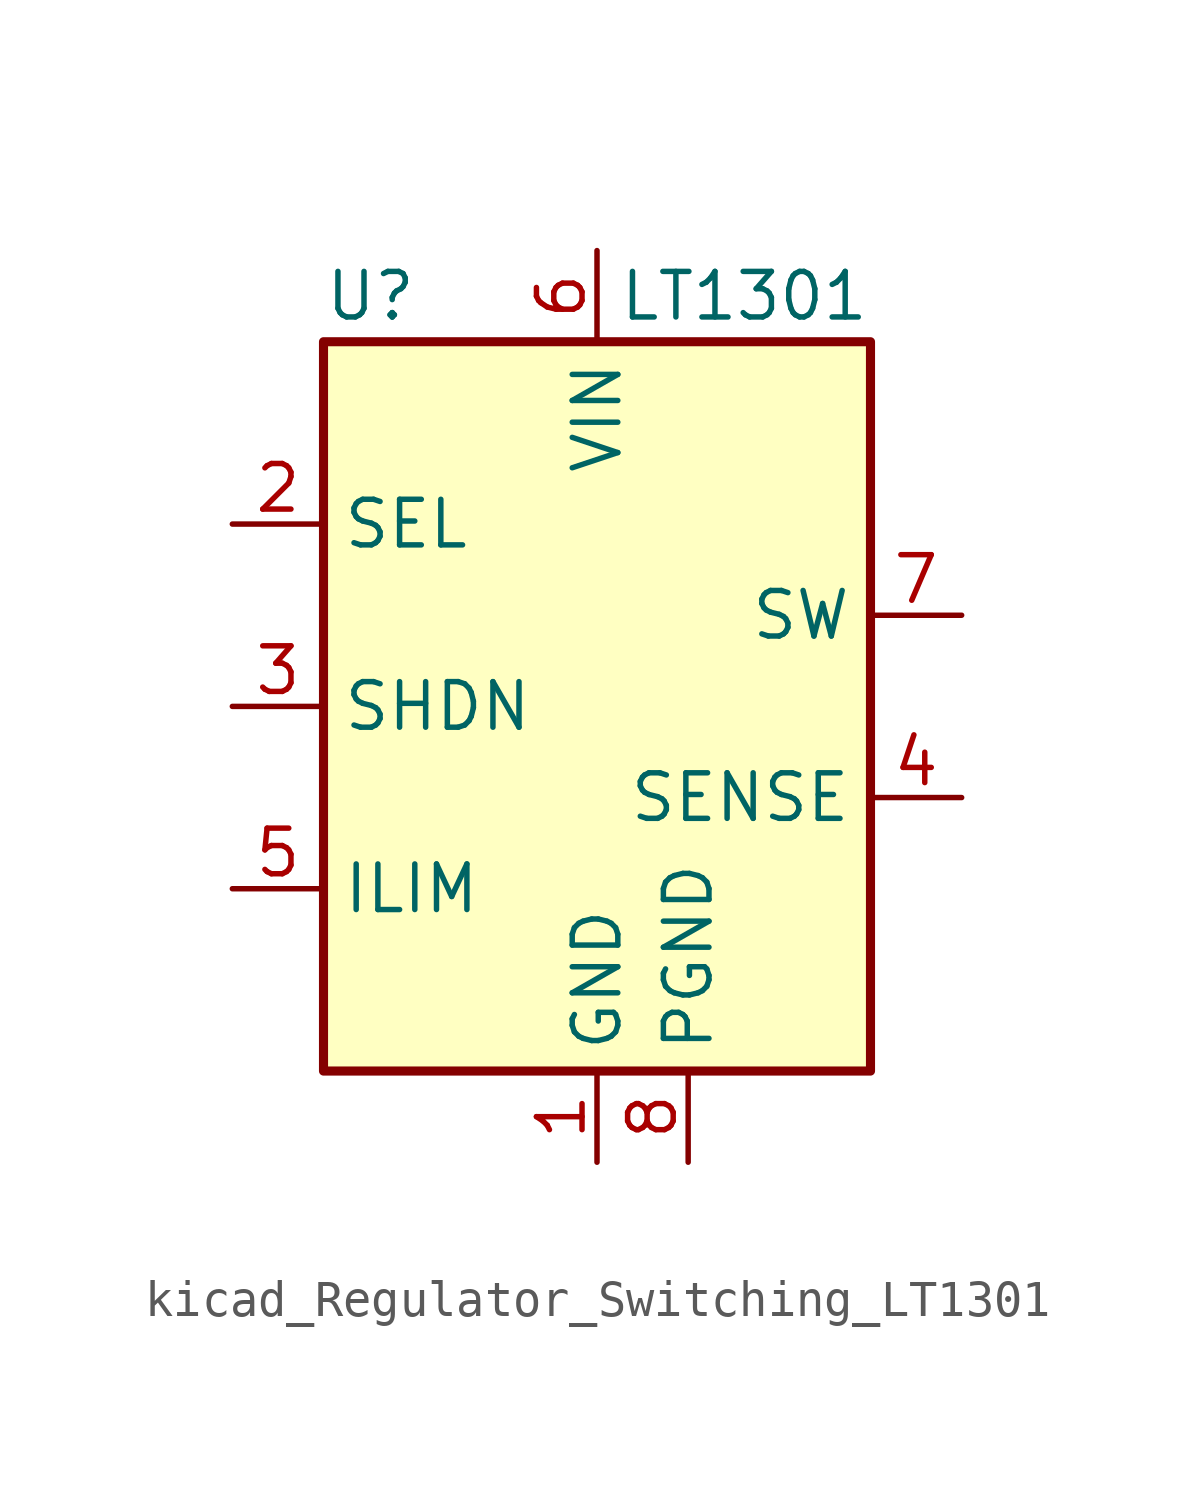
<source format=kicad_sym>
(kicad_symbol_lib
  (version 20220914)
  (generator kicad_symbol_editor)
  (symbol "kicad_Regulator_Switching_LT1301"
    (property "Reference" "U"
      (at -7.62 11.43 0)
      (effects (font (size 1.27 1.27)) (justify left)))
    (property "Value" "LT1301"
      (at 7.62 11.43 0)
      (effects (font (size 1.27 1.27)) (justify right)))
    (symbol "kicad_Regulator_Switching_LT1301_0_1"
      (rectangle (start -7.62 10.16) (end 7.62 -10.16) (stroke (width 0.254) (type default)) (fill (type background))))
    (symbol "kicad_Regulator_Switching_LT1301_1_1"
      (pin power_in line (at 0 -12.7 90) (length 2.54) (name "GND" (effects (font (size 1.27 1.27)))) (number "1" (effects (font (size 1.27 1.27)))))
      (pin input line (at -10.16 5.08 0) (length 2.54) (name "SEL" (effects (font (size 1.27 1.27)))) (number "2" (effects (font (size 1.27 1.27)))))
      (pin input line (at -10.16 0 0) (length 2.54) (name "SHDN" (effects (font (size 1.27 1.27)))) (number "3" (effects (font (size 1.27 1.27)))))
      (pin input line (at 10.16 -2.54 180) (length 2.54) (name "SENSE" (effects (font (size 1.27 1.27)))) (number "4" (effects (font (size 1.27 1.27)))))
      (pin passive line (at -10.16 -5.08 0) (length 2.54) (name "ILIM" (effects (font (size 1.27 1.27)))) (number "5" (effects (font (size 1.27 1.27)))))
      (pin power_in line (at 0 12.7 270) (length 2.54) (name "VIN" (effects (font (size 1.27 1.27)))) (number "6" (effects (font (size 1.27 1.27)))))
      (pin passive line (at 10.16 2.54 180) (length 2.54) (name "SW" (effects (font (size 1.27 1.27)))) (number "7" (effects (font (size 1.27 1.27)))))
      (pin power_in line (at 2.54 -12.7 90) (length 2.54) (name "PGND" (effects (font (size 1.27 1.27)))) (number "8" (effects (font (size 1.27 1.27))))))))
</source>
